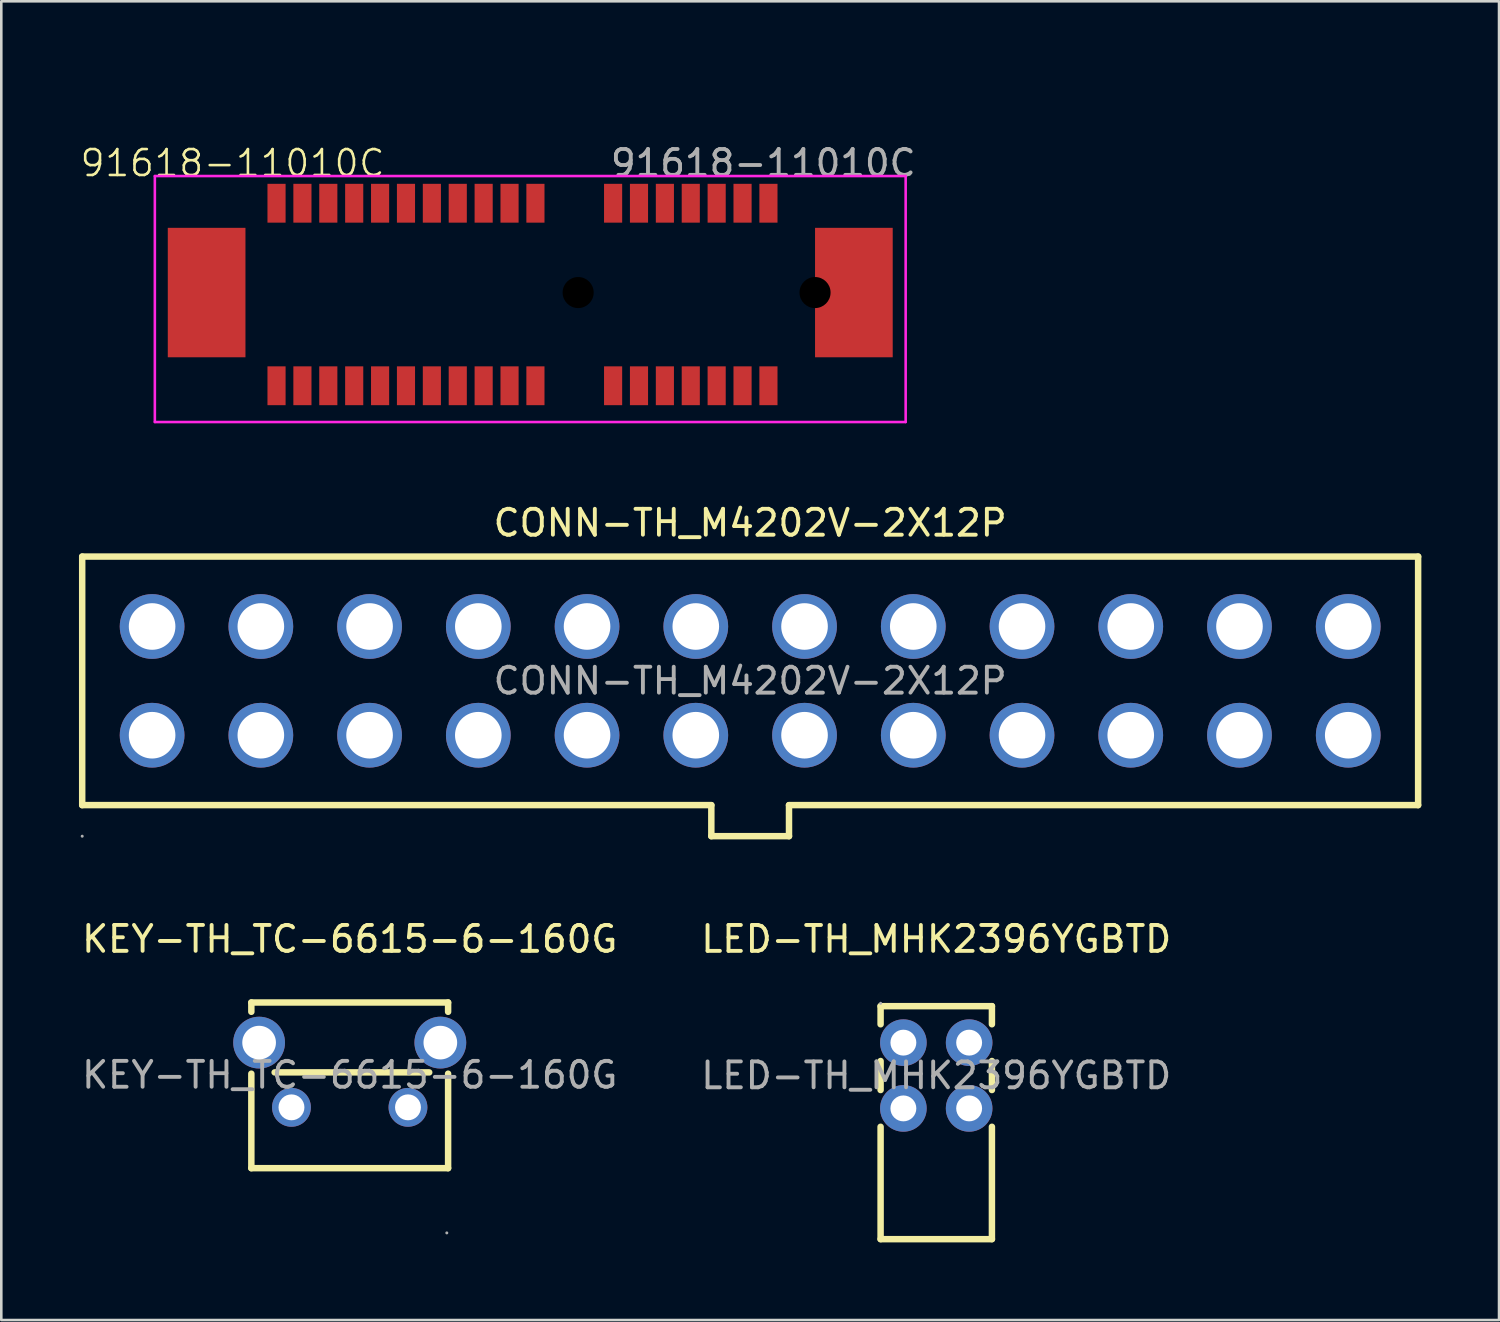
<source format=kicad_pcb>
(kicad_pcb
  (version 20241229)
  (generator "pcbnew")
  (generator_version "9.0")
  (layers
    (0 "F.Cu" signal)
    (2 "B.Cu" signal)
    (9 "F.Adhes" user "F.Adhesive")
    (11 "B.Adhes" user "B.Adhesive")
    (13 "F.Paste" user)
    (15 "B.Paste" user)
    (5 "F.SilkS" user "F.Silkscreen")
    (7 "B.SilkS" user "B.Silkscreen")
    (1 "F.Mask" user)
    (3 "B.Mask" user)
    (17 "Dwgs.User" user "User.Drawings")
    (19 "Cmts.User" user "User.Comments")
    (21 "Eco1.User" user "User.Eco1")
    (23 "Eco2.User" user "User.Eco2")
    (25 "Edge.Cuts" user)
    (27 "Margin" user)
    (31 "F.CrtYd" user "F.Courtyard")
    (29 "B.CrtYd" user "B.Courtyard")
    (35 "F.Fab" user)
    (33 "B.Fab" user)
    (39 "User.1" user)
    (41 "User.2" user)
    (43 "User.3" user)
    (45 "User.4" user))
  (footprint "91618-11010C"
    (layer "F.Cu")
    (at 2.931 0.25)
    (property "Reference" "91618-11010C" (at 3 3 0) (unlocked yes) (layer "F.SilkS") (effects (font (size 1 1) (thickness 0.1))))
    (attr smd)
    (fp_line (start 0 3.5) (end 29 3.5) (stroke (width 0.1) (type default)) (layer "F.CrtYd"))
    (fp_line (start 0 13) (end 0 3.5) (stroke (width 0.1) (type default)) (layer "F.CrtYd"))
    (fp_line (start 29 3.5) (end 29 13) (stroke (width 0.1) (type default)) (layer "F.CrtYd"))
    (fp_line (start 29 13) (end 0 13) (stroke (width 0.1) (type default)) (layer "F.CrtYd"))
    (fp_text user "${REFERENCE}" (at 23.5 3 0) (unlocked yes) (layer "F.Fab") (effects (font (size 1 1) (thickness 0.15))))
    (pad "" smd rect (at 2 8) (size 3 5) (layers "F.Cu" "F.Mask" "F.Paste"))
    (pad "" np_thru_hole circle (at 16.35 8) (size 1.2 1.2) (drill 1.2) (layers "*.Mask"))
    (pad "" np_thru_hole circle (at 25.5 8) (size 1.2 1.2) (drill 1.2) (layers "*.Mask"))
    (pad "" smd rect (at 27 8) (size 3 5) (layers "F.Cu" "F.Mask" "F.Paste"))
    (pad "A1" smd rect (at 4.7 4.55) (size 0.7 1.5) (layers "F.Cu" "F.Mask" "F.Paste"))
    (pad "A2" smd rect (at 5.7 4.55) (size 0.7 1.5) (layers "F.Cu" "F.Mask" "F.Paste"))
    (pad "A3" smd rect (at 6.7 4.55) (size 0.7 1.5) (layers "F.Cu" "F.Mask" "F.Paste"))
    (pad "A4" smd rect (at 7.7 4.55) (size 0.7 1.5) (layers "F.Cu" "F.Mask" "F.Paste"))
    (pad "A5" smd rect (at 8.7 4.55) (size 0.7 1.5) (layers "F.Cu" "F.Mask" "F.Paste"))
    (pad "A6" smd rect (at 9.7 4.55) (size 0.7 1.5) (layers "F.Cu" "F.Mask" "F.Paste"))
    (pad "A7" smd rect (at 10.7 4.55) (size 0.7 1.5) (layers "F.Cu" "F.Mask" "F.Paste"))
    (pad "A8" smd rect (at 11.7 4.55) (size 0.7 1.5) (layers "F.Cu" "F.Mask" "F.Paste"))
    (pad "A9" smd rect (at 12.7 4.55) (size 0.7 1.5) (layers "F.Cu" "F.Mask" "F.Paste"))
    (pad "A10" smd rect (at 13.7 4.55) (size 0.7 1.5) (layers "F.Cu" "F.Mask" "F.Paste"))
    (pad "A11" smd rect (at 14.7 4.55) (size 0.7 1.5) (layers "F.Cu" "F.Mask" "F.Paste"))
    (pad "A12" smd rect (at 17.7 4.55) (size 0.7 1.5) (layers "F.Cu" "F.Mask" "F.Paste"))
    (pad "A13" smd rect (at 18.7 4.55) (size 0.7 1.5) (layers "F.Cu" "F.Mask" "F.Paste"))
    (pad "A14" smd rect (at 19.7 4.55) (size 0.7 1.5) (layers "F.Cu" "F.Mask" "F.Paste"))
    (pad "A15" smd rect (at 20.7 4.55) (size 0.7 1.5) (layers "F.Cu" "F.Mask" "F.Paste"))
    (pad "A16" smd rect (at 21.7 4.55) (size 0.7 1.5) (layers "F.Cu" "F.Mask" "F.Paste"))
    (pad "A17" smd rect (at 22.7 4.55) (size 0.7 1.5) (layers "F.Cu" "F.Mask" "F.Paste"))
    (pad "A18" smd rect (at 23.7 4.55) (size 0.7 1.5) (layers "F.Cu" "F.Mask" "F.Paste"))
    (pad "B1" smd rect (at 4.7 11.6) (size 0.7 1.5) (layers "F.Cu" "F.Mask" "F.Paste"))
    (pad "B2" smd rect (at 5.7 11.6) (size 0.7 1.5) (layers "F.Cu" "F.Mask" "F.Paste"))
    (pad "B3" smd rect (at 6.7 11.6) (size 0.7 1.5) (layers "F.Cu" "F.Mask" "F.Paste"))
    (pad "B4" smd rect (at 7.7 11.6) (size 0.7 1.5) (layers "F.Cu" "F.Mask" "F.Paste"))
    (pad "B5" smd rect (at 8.7 11.6) (size 0.7 1.5) (layers "F.Cu" "F.Mask" "F.Paste"))
    (pad "B6" smd rect (at 9.7 11.6) (size 0.7 1.5) (layers "F.Cu" "F.Mask" "F.Paste"))
    (pad "B7" smd rect (at 10.7 11.6) (size 0.7 1.5) (layers "F.Cu" "F.Mask" "F.Paste"))
    (pad "B8" smd rect (at 11.7 11.6) (size 0.7 1.5) (layers "F.Cu" "F.Mask" "F.Paste"))
    (pad "B9" smd rect (at 12.7 11.6) (size 0.7 1.5) (layers "F.Cu" "F.Mask" "F.Paste"))
    (pad "B10" smd rect (at 13.7 11.6) (size 0.7 1.5) (layers "F.Cu" "F.Mask" "F.Paste"))
    (pad "B11" smd rect (at 14.7 11.6) (size 0.7 1.5) (layers "F.Cu" "F.Mask" "F.Paste"))
    (pad "B12" smd rect (at 17.7 11.6) (size 0.7 1.5) (layers "F.Cu" "F.Mask" "F.Paste"))
    (pad "B13" smd rect (at 18.7 11.6) (size 0.7 1.5) (layers "F.Cu" "F.Mask" "F.Paste"))
    (pad "B14" smd rect (at 19.7 11.6) (size 0.7 1.5) (layers "F.Cu" "F.Mask" "F.Paste"))
    (pad "B15" smd rect (at 20.7 11.6) (size 0.7 1.5) (layers "F.Cu" "F.Mask" "F.Paste"))
    (pad "B16" smd rect (at 21.7 11.6) (size 0.7 1.5) (layers "F.Cu" "F.Mask" "F.Paste"))
    (pad "B17" smd rect (at 22.7 11.6) (size 0.7 1.5) (layers "F.Cu" "F.Mask" "F.Paste"))
    (pad "B18" smd rect (at 23.7 11.6) (size 0.7 1.5) (layers "F.Cu" "F.Mask" "F.Paste")))
  (footprint "LED-TH_MHK2396YGBTD"
    (layer "F.Cu")
    (at 33.113 38.492)
    (property "Reference" "LED-TH_MHK2396YGBTD" (at 0 -5.27 0) (layer "F.SilkS") (effects (font (size 1 1) (thickness 0.15))))
    (attr through_hole)
    (fp_line (start -2.15 -2.68) (end -2.15 -1.98) (stroke (width 0.25) (type solid)) (layer "F.SilkS"))
    (fp_line (start -2.15 -0.56) (end -2.15 0.56) (stroke (width 0.25) (type solid)) (layer "F.SilkS"))
    (fp_line (start -2.15 1.98) (end -2.15 6.32) (stroke (width 0.25) (type solid)) (layer "F.SilkS"))
    (fp_line (start 2.15 -2.68) (end -2.15 -2.68) (stroke (width 0.25) (type solid)) (layer "F.SilkS"))
    (fp_line (start 2.15 -2.68) (end 2.15 -1.98) (stroke (width 0.25) (type solid)) (layer "F.SilkS"))
    (fp_line (start 2.15 -0.56) (end 2.15 0.56) (stroke (width 0.25) (type solid)) (layer "F.SilkS"))
    (fp_line (start 2.15 1.98) (end 2.15 6.32) (stroke (width 0.25) (type solid)) (layer "F.SilkS"))
    (fp_line (start 2.15 6.32) (end -2.15 6.32) (stroke (width 0.25) (type solid)) (layer "F.SilkS"))
    (fp_circle (center -2.15 -2.79) (end -2.12 -2.79) (stroke (width 0.06) (type solid)) (fill no) (layer "F.Fab"))
    (fp_circle (center -1.27 -1.27) (end -1.15 -1.27) (stroke (width 0.25) (type solid)) (fill no) (layer "F.Fab"))
    (fp_circle (center -1.27 1.27) (end -1.15 1.27) (stroke (width 0.25) (type solid)) (fill no) (layer "F.Fab"))
    (fp_circle (center 1.27 -1.27) (end 1.39 -1.27) (stroke (width 0.25) (type solid)) (fill no) (layer "F.Fab"))
    (fp_circle (center 1.27 1.27) (end 1.39 1.27) (stroke (width 0.25) (type solid)) (fill no) (layer "F.Fab"))
    (fp_text user "${REFERENCE}" (at 0 0 0) (layer "F.Fab") (effects (font (size 1 1) (thickness 0.15))))
    (pad "1" thru_hole circle (at -1.27 -1.27) (size 1.8 1.8) (drill 1) (layers "*.Cu" "*.Mask"))
    (pad "2" thru_hole circle (at 1.27 -1.27) (size 1.8 1.8) (drill 1) (layers "*.Cu" "*.Mask"))
    (pad "3" thru_hole circle (at -1.27 1.27) (size 1.8 1.8) (drill 1) (layers "*.Cu" "*.Mask"))
    (pad "4" thru_hole circle (at 1.27 1.27) (size 1.8 1.8) (drill 1) (layers "*.Cu" "*.Mask")))
  (footprint "CONN-TH_M4202V-2X12P"
    (layer "F.Cu")
    (at 25.925 23.248)
    (property "Reference" "CONN-TH_M4202V-2X12P" (at 0 -6.1 0) (layer "F.SilkS") (effects (font (size 1 1) (thickness 0.15))))
    (attr through_hole)
    (fp_line (start -25.8 -4.8) (end -25.8 4.8) (stroke (width 0.25) (type solid)) (layer "F.SilkS"))
    (fp_line (start -25.8 4.8) (end -1.5 4.8) (stroke (width 0.25) (type solid)) (layer "F.SilkS"))
    (fp_line (start -1.5 4.8) (end -1.5 6) (stroke (width 0.25) (type solid)) (layer "F.SilkS"))
    (fp_line (start -1.5 6) (end 1.5 6) (stroke (width 0.25) (type solid)) (layer "F.SilkS"))
    (fp_line (start 1.5 4.8) (end 25.8 4.8) (stroke (width 0.25) (type solid)) (layer "F.SilkS"))
    (fp_line (start 1.5 6) (end 1.5 4.8) (stroke (width 0.25) (type solid)) (layer "F.SilkS"))
    (fp_line (start 25.8 -4.8) (end -25.8 -4.8) (stroke (width 0.25) (type solid)) (layer "F.SilkS"))
    (fp_line (start 25.8 4.8) (end 25.8 -4.8) (stroke (width 0.25) (type solid)) (layer "F.SilkS"))
    (fp_circle (center -25.8 6) (end -25.77 6) (stroke (width 0.06) (type solid)) (fill no) (layer "F.Fab"))
    (fp_text user "${REFERENCE}" (at 0 0 0) (layer "F.Fab") (effects (font (size 1 1) (thickness 0.15))))
    (pad "1" thru_hole circle (at -23.1 -2.1) (size 2.5 2.5) (drill 1.8) (layers "*.Cu" "*.Mask"))
    (pad "2" thru_hole circle (at -18.9 -2.1) (size 2.5 2.5) (drill 1.8) (layers "*.Cu" "*.Mask"))
    (pad "3" thru_hole circle (at -14.7 -2.1) (size 2.5 2.5) (drill 1.8) (layers "*.Cu" "*.Mask"))
    (pad "4" thru_hole circle (at -10.5 -2.1) (size 2.5 2.5) (drill 1.8) (layers "*.Cu" "*.Mask"))
    (pad "5" thru_hole circle (at -6.3 -2.1) (size 2.5 2.5) (drill 1.8) (layers "*.Cu" "*.Mask"))
    (pad "6" thru_hole circle (at -2.1 -2.1) (size 2.5 2.5) (drill 1.8) (layers "*.Cu" "*.Mask"))
    (pad "7" thru_hole circle (at 2.1 -2.1) (size 2.5 2.5) (drill 1.8) (layers "*.Cu" "*.Mask"))
    (pad "8" thru_hole circle (at 6.3 -2.1) (size 2.5 2.5) (drill 1.8) (layers "*.Cu" "*.Mask"))
    (pad "9" thru_hole circle (at 10.5 -2.1) (size 2.5 2.5) (drill 1.8) (layers "*.Cu" "*.Mask"))
    (pad "10" thru_hole circle (at 14.7 -2.1) (size 2.5 2.5) (drill 1.8) (layers "*.Cu" "*.Mask"))
    (pad "11" thru_hole circle (at 18.9 -2.1) (size 2.5 2.5) (drill 1.8) (layers "*.Cu" "*.Mask"))
    (pad "12" thru_hole circle (at 23.1 -2.1) (size 2.5 2.5) (drill 1.8) (layers "*.Cu" "*.Mask"))
    (pad "13" thru_hole circle (at -23.1 2.1) (size 2.5 2.5) (drill 1.8) (layers "*.Cu" "*.Mask"))
    (pad "14" thru_hole circle (at -18.9 2.1) (size 2.5 2.5) (drill 1.8) (layers "*.Cu" "*.Mask"))
    (pad "15" thru_hole circle (at -14.7 2.1) (size 2.5 2.5) (drill 1.8) (layers "*.Cu" "*.Mask"))
    (pad "16" thru_hole circle (at -10.5 2.1) (size 2.5 2.5) (drill 1.8) (layers "*.Cu" "*.Mask"))
    (pad "17" thru_hole circle (at -6.3 2.1) (size 2.5 2.5) (drill 1.8) (layers "*.Cu" "*.Mask"))
    (pad "18" thru_hole circle (at -2.1 2.1) (size 2.5 2.5) (drill 1.8) (layers "*.Cu" "*.Mask"))
    (pad "19" thru_hole circle (at 2.1 2.1) (size 2.5 2.5) (drill 1.8) (layers "*.Cu" "*.Mask"))
    (pad "20" thru_hole circle (at 6.3 2.1) (size 2.5 2.5) (drill 1.8) (layers "*.Cu" "*.Mask"))
    (pad "21" thru_hole circle (at 10.5 2.1) (size 2.5 2.5) (drill 1.8) (layers "*.Cu" "*.Mask"))
    (pad "22" thru_hole circle (at 14.7 2.1) (size 2.5 2.5) (drill 1.8) (layers "*.Cu" "*.Mask"))
    (pad "23" thru_hole circle (at 18.9 2.1) (size 2.5 2.5) (drill 1.8) (layers "*.Cu" "*.Mask"))
    (pad "24" thru_hole circle (at 23.1 2.1) (size 2.5 2.5) (drill 1.8) (layers "*.Cu" "*.Mask")))
  (footprint "KEY-TH_TC-6615-6-160G"
    (layer "F.Cu")
    (at 10.458 38.471)
    (property "Reference" "KEY-TH_TC-6615-6-160G" (at 0 -5.25 0) (layer "F.SilkS") (effects (font (size 1 1) (thickness 0.15))))
    (attr through_hole)
    (fp_line (start -3.8 -2.8) (end -3.8 -2.44) (stroke (width 0.25) (type solid)) (layer "F.SilkS"))
    (fp_line (start -3.8 -2.8) (end 3.8 -2.8) (stroke (width 0.25) (type solid)) (layer "F.SilkS"))
    (fp_line (start -3.8 -0.05) (end -3.8 3.6) (stroke (width 0.25) (type solid)) (layer "F.SilkS"))
    (fp_line (start -3.8 3.6) (end 3.8 3.6) (stroke (width 0.25) (type solid)) (layer "F.SilkS"))
    (fp_line (start -2.9 -0.1) (end 3.07 -0.1) (stroke (width 0.25) (type solid)) (layer "F.SilkS"))
    (fp_line (start 3.8 -2.44) (end 3.8 -2.8) (stroke (width 0.25) (type solid)) (layer "F.SilkS"))
    (fp_line (start 3.8 3.6) (end 3.8 -0.05) (stroke (width 0.25) (type solid)) (layer "F.SilkS"))
    (fp_circle (center 3.75 6.1) (end 3.78 6.1) (stroke (width 0.06) (type solid)) (fill no) (layer "F.Fab"))
    (fp_text user "${REFERENCE}" (at 0 0 0) (layer "F.Fab") (effects (font (size 1 1) (thickness 0.15))))
    (pad "1" thru_hole circle (at 2.25 1.25) (size 1.5 1.5) (drill 1) (layers "*.Cu" "*.Mask"))
    (pad "2" thru_hole circle (at -2.25 1.25) (size 1.5 1.5) (drill 1) (layers "*.Cu" "*.Mask"))
    (pad "3" thru_hole circle (at -3.5 -1.25 90) (size 2 2) (drill 1.3) (layers "*.Cu" "*.Mask"))
    (pad "4" thru_hole circle (at 3.5 -1.25 90) (size 2 2) (drill 1.3) (layers "*.Cu" "*.Mask")))
  (gr_rect
    (start -3 -3)
    (end 54.85 47.937)
    (stroke (width 0.1) (type default))
    (fill no)
    (layer "Edge.Cuts")))
</source>
